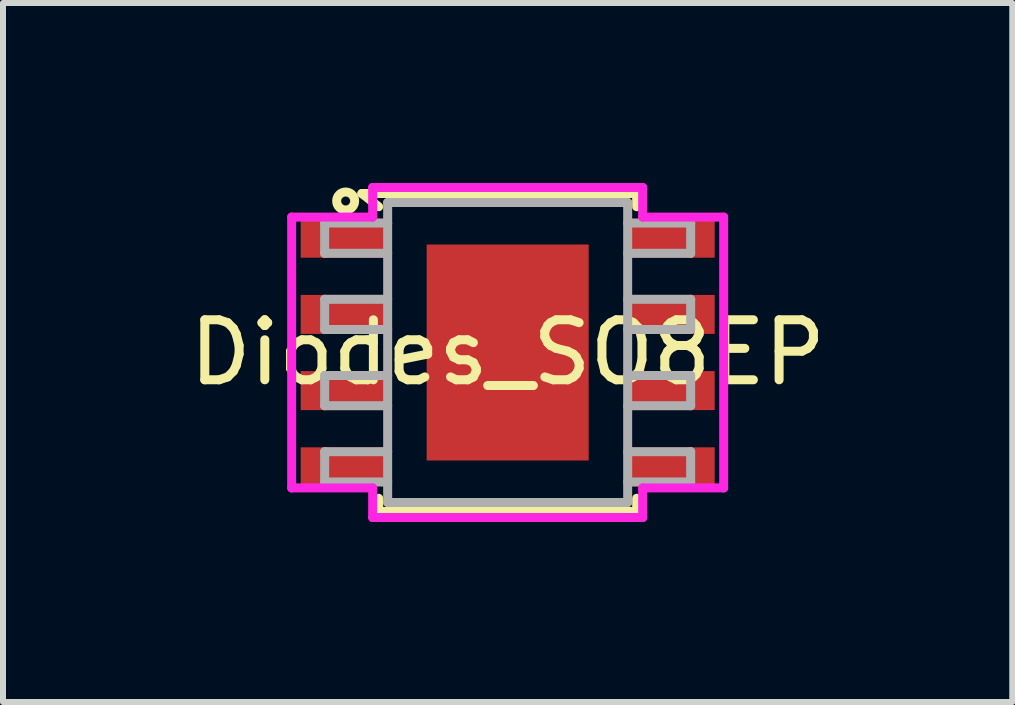
<source format=kicad_pcb>
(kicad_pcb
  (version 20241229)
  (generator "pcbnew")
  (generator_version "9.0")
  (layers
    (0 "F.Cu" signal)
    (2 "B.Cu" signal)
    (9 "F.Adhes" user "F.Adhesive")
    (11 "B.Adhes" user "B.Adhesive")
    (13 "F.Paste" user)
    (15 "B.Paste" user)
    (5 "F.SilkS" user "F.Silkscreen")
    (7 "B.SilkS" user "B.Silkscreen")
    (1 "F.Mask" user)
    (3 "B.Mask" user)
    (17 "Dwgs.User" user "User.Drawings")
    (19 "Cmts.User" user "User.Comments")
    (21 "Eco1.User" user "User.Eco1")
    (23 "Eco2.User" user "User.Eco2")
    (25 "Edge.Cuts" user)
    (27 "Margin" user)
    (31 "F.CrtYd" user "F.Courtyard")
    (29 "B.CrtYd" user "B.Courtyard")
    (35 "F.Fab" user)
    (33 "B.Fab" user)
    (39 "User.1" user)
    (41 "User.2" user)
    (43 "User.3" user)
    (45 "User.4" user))
  (footprint "Diodes_SO8EP"
    (layer "F.Cu")
    (at 5.411 2.825)
    (property "Reference" "Diodes_SO8EP" (at 0 0 0) (layer "F.SilkS") (effects (font (size 1 1) (thickness 0.15))))
    (attr through_hole)
    (fp_line (start -2.43 -2.65) (end 2.15 -2.65) (stroke (width 0.15) (type solid)) (layer "F.SilkS"))
    (fp_line (start -2.15 -2.43) (end -2.43 -2.65) (stroke (width 0.15) (type solid)) (layer "F.SilkS"))
    (fp_line (start -2.15 2.65) (end -2.15 2.43) (stroke (width 0.15) (type solid)) (layer "F.SilkS"))
    (fp_line (start 2.15 -2.65) (end 2.15 -2.43) (stroke (width 0.15) (type solid)) (layer "F.SilkS"))
    (fp_line (start 2.15 2.43) (end 2.15 2.65) (stroke (width 0.15) (type solid)) (layer "F.SilkS"))
    (fp_line (start 2.15 2.65) (end -2.15 2.65) (stroke (width 0.15) (type solid)) (layer "F.SilkS"))
    (fp_circle (center -2.7 -2.525) (end -2.7 -2.375) (stroke (width 0.15) (type solid)) (fill no) (layer "F.SilkS"))
    (fp_line (start -3.6 -2.257) (end -2.25 -2.257) (stroke (width 0.15) (type solid)) (layer "F.CrtYd"))
    (fp_line (start -3.6 2.257) (end -3.6 -2.257) (stroke (width 0.15) (type solid)) (layer "F.CrtYd"))
    (fp_line (start -2.25 -2.75) (end 2.25 -2.75) (stroke (width 0.15) (type solid)) (layer "F.CrtYd"))
    (fp_line (start -2.25 -2.257) (end -2.25 -2.75) (stroke (width 0.15) (type solid)) (layer "F.CrtYd"))
    (fp_line (start -2.25 2.257) (end -3.6 2.257) (stroke (width 0.15) (type solid)) (layer "F.CrtYd"))
    (fp_line (start -2.25 2.75) (end -2.25 2.257) (stroke (width 0.15) (type solid)) (layer "F.CrtYd"))
    (fp_line (start 2.25 -2.75) (end 2.25 -2.257) (stroke (width 0.15) (type solid)) (layer "F.CrtYd"))
    (fp_line (start 2.25 -2.257) (end 3.6 -2.257) (stroke (width 0.15) (type solid)) (layer "F.CrtYd"))
    (fp_line (start 2.25 2.257) (end 2.25 2.75) (stroke (width 0.15) (type solid)) (layer "F.CrtYd"))
    (fp_line (start 2.25 2.75) (end -2.25 2.75) (stroke (width 0.15) (type solid)) (layer "F.CrtYd"))
    (fp_line (start 3.6 -2.257) (end 3.6 2.257) (stroke (width 0.15) (type solid)) (layer "F.CrtYd"))
    (fp_line (start 3.6 2.257) (end 2.25 2.257) (stroke (width 0.15) (type solid)) (layer "F.CrtYd"))
    (fp_line (start -3.05 -2.158) (end -3.05 -1.653) (stroke (width 0.15) (type solid)) (layer "F.Fab"))
    (fp_line (start -3.05 -1.653) (end -2 -1.653) (stroke (width 0.15) (type solid)) (layer "F.Fab"))
    (fp_line (start -3.05 -0.887) (end -3.05 -0.383) (stroke (width 0.15) (type solid)) (layer "F.Fab"))
    (fp_line (start -3.05 -0.383) (end -2 -0.383) (stroke (width 0.15) (type solid)) (layer "F.Fab"))
    (fp_line (start -3.05 0.383) (end -3.05 0.887) (stroke (width 0.15) (type solid)) (layer "F.Fab"))
    (fp_line (start -3.05 0.887) (end -2 0.887) (stroke (width 0.15) (type solid)) (layer "F.Fab"))
    (fp_line (start -3.05 1.653) (end -3.05 2.158) (stroke (width 0.15) (type solid)) (layer "F.Fab"))
    (fp_line (start -3.05 2.158) (end -2 2.158) (stroke (width 0.15) (type solid)) (layer "F.Fab"))
    (fp_line (start -2 -2.5) (end 2 -2.5) (stroke (width 0.15) (type solid)) (layer "F.Fab"))
    (fp_line (start -2 -2.158) (end -3.05 -2.158) (stroke (width 0.15) (type solid)) (layer "F.Fab"))
    (fp_line (start -2 -0.887) (end -3.05 -0.887) (stroke (width 0.15) (type solid)) (layer "F.Fab"))
    (fp_line (start -2 0.383) (end -3.05 0.383) (stroke (width 0.15) (type solid)) (layer "F.Fab"))
    (fp_line (start -2 1.653) (end -3.05 1.653) (stroke (width 0.15) (type solid)) (layer "F.Fab"))
    (fp_line (start -2 2.5) (end -2 -2.5) (stroke (width 0.15) (type solid)) (layer "F.Fab"))
    (fp_line (start 2 -2.5) (end 2 2.5) (stroke (width 0.15) (type solid)) (layer "F.Fab"))
    (fp_line (start 2 -1.653) (end 3.05 -1.653) (stroke (width 0.15) (type solid)) (layer "F.Fab"))
    (fp_line (start 2 -0.383) (end 3.05 -0.383) (stroke (width 0.15) (type solid)) (layer "F.Fab"))
    (fp_line (start 2 0.887) (end 3.05 0.887) (stroke (width 0.15) (type solid)) (layer "F.Fab"))
    (fp_line (start 2 2.158) (end 3.05 2.158) (stroke (width 0.15) (type solid)) (layer "F.Fab"))
    (fp_line (start 2 2.5) (end -2 2.5) (stroke (width 0.15) (type solid)) (layer "F.Fab"))
    (fp_line (start 3.05 -2.158) (end 2 -2.158) (stroke (width 0.15) (type solid)) (layer "F.Fab"))
    (fp_line (start 3.05 -1.653) (end 3.05 -2.158) (stroke (width 0.15) (type solid)) (layer "F.Fab"))
    (fp_line (start 3.05 -0.887) (end 2 -0.887) (stroke (width 0.15) (type solid)) (layer "F.Fab"))
    (fp_line (start 3.05 -0.383) (end 3.05 -0.887) (stroke (width 0.15) (type solid)) (layer "F.Fab"))
    (fp_line (start 3.05 0.383) (end 2 0.383) (stroke (width 0.15) (type solid)) (layer "F.Fab"))
    (fp_line (start 3.05 0.887) (end 3.05 0.383) (stroke (width 0.15) (type solid)) (layer "F.Fab"))
    (fp_line (start 3.05 1.653) (end 2 1.653) (stroke (width 0.15) (type solid)) (layer "F.Fab"))
    (fp_line (start 3.05 2.158) (end 3.05 1.653) (stroke (width 0.15) (type solid)) (layer "F.Fab"))
    (pad "1" smd rect (at -2.7 -1.905) (size 1.5 0.65) (layers "F.Cu" "F.Mask" "F.Paste"))
    (pad "2" smd rect (at -2.7 -0.635) (size 1.5 0.65) (layers "F.Cu" "F.Mask" "F.Paste"))
    (pad "3" smd rect (at -2.7 0.635) (size 1.5 0.65) (layers "F.Cu" "F.Mask" "F.Paste"))
    (pad "4" smd rect (at -2.7 1.905) (size 1.5 0.65) (layers "F.Cu" "F.Mask" "F.Paste"))
    (pad "5" smd rect (at 2.7 1.905) (size 1.5 0.65) (layers "F.Cu" "F.Mask" "F.Paste"))
    (pad "6" smd rect (at 2.7 0.635) (size 1.5 0.65) (layers "F.Cu" "F.Mask" "F.Paste"))
    (pad "7" smd rect (at 2.7 -0.635) (size 1.5 0.65) (layers "F.Cu" "F.Mask" "F.Paste"))
    (pad "8" smd rect (at 2.7 -1.905) (size 1.5 0.65) (layers "F.Cu" "F.Mask" "F.Paste"))
    (pad "9" smd rect (at 0 0) (size 2.7 3.6) (layers "F.Cu" "F.Mask" "F.Paste")))
  (gr_rect
    (start -3 -3)
    (end 13.821 8.65)
    (stroke (width 0.1) (type default))
    (fill no)
    (layer "Edge.Cuts")))
</source>
